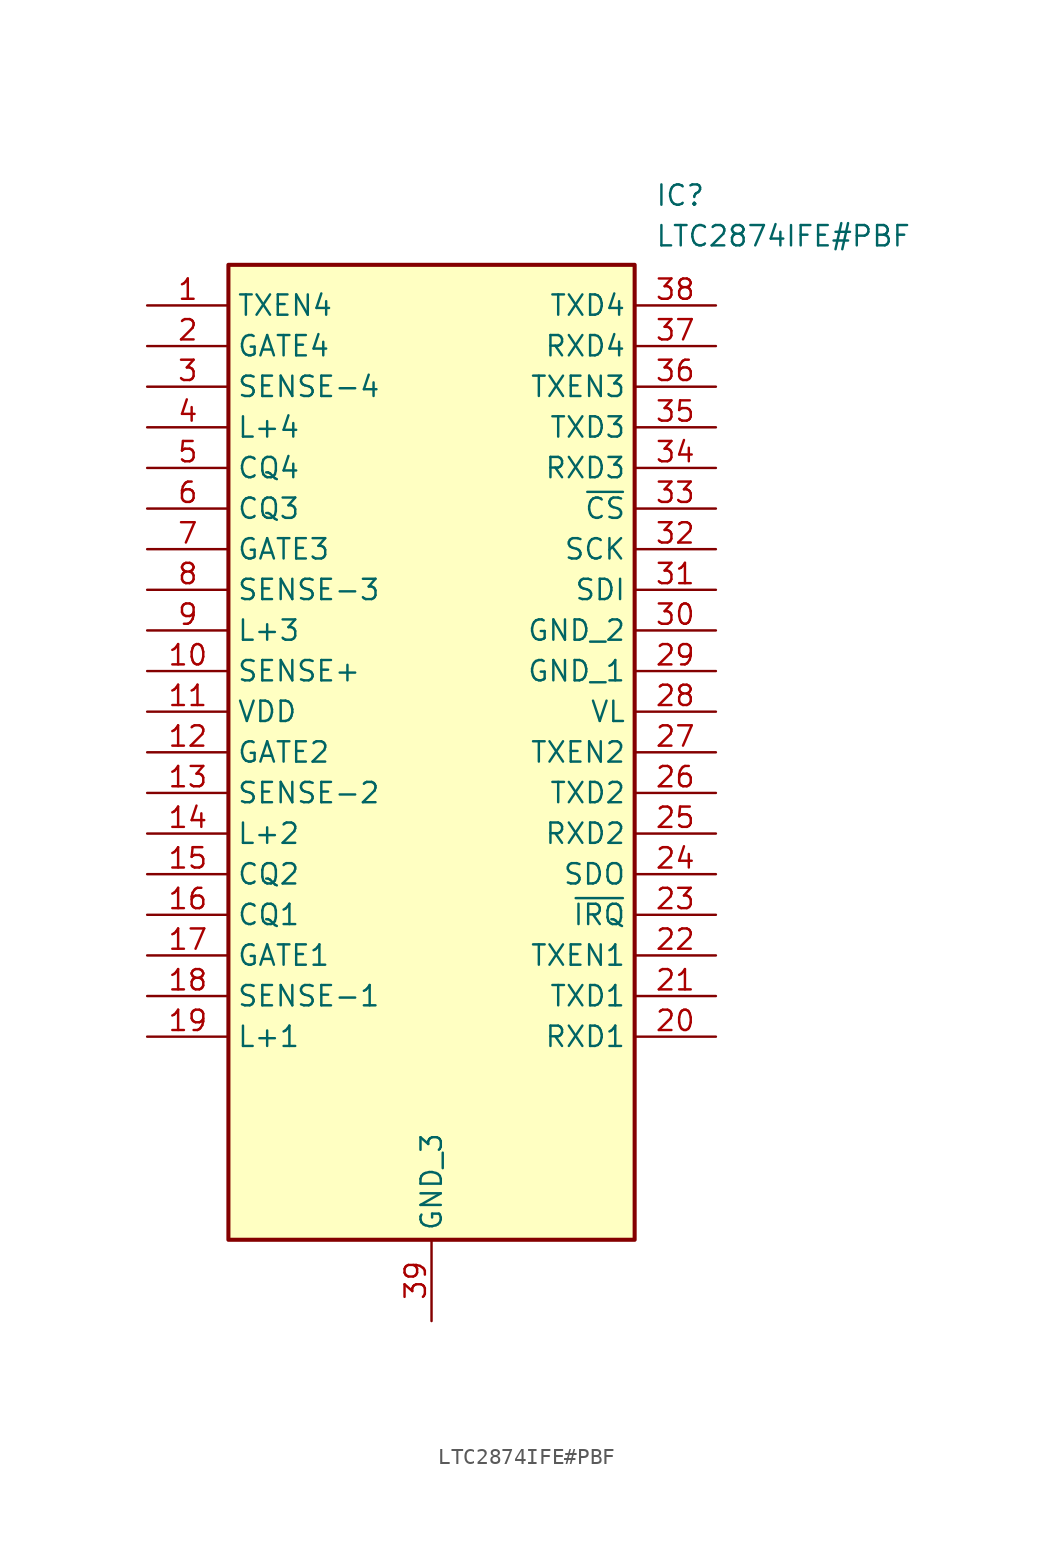
<source format=kicad_sym>
(kicad_symbol_lib
  (version 20211014)
  (generator SamacSys_ECAD_Model)
  (symbol "LTC2874IFE#PBF"
    (property "Reference" "IC"
      (at 31.75 7.62 0)
      (effects (font (size 1.27 1.27)) (justify left top)))
    (property "Value" "LTC2874IFE#PBF"
      (at 31.75 5.08 0)
      (effects (font (size 1.27 1.27)) (justify left top)))
    (rectangle
      (start 5.08 2.54)
      (end 30.48 -58.42)
      (stroke (width 0.254) (type default))
      (fill (type background)))
    (pin passive line
      (at 0 0 0)
      (length 5.08)
      (name "TXEN4" (effects (font (size 1.27 1.27))))
      (number "1" (effects (font (size 1.27 1.27)))))
    (pin passive line
      (at 0 -2.54 0)
      (length 5.08)
      (name "GATE4" (effects (font (size 1.27 1.27))))
      (number "2" (effects (font (size 1.27 1.27)))))
    (pin passive line
      (at 0 -5.08 0)
      (length 5.08)
      (name "SENSE-4" (effects (font (size 1.27 1.27))))
      (number "3" (effects (font (size 1.27 1.27)))))
    (pin passive line
      (at 0 -7.62 0)
      (length 5.08)
      (name "L+4" (effects (font (size 1.27 1.27))))
      (number "4" (effects (font (size 1.27 1.27)))))
    (pin passive line
      (at 0 -10.16 0)
      (length 5.08)
      (name "CQ4" (effects (font (size 1.27 1.27))))
      (number "5" (effects (font (size 1.27 1.27)))))
    (pin passive line
      (at 0 -12.7 0)
      (length 5.08)
      (name "CQ3" (effects (font (size 1.27 1.27))))
      (number "6" (effects (font (size 1.27 1.27)))))
    (pin passive line
      (at 0 -15.24 0)
      (length 5.08)
      (name "GATE3" (effects (font (size 1.27 1.27))))
      (number "7" (effects (font (size 1.27 1.27)))))
    (pin passive line
      (at 0 -17.78 0)
      (length 5.08)
      (name "SENSE-3" (effects (font (size 1.27 1.27))))
      (number "8" (effects (font (size 1.27 1.27)))))
    (pin passive line
      (at 0 -20.32 0)
      (length 5.08)
      (name "L+3" (effects (font (size 1.27 1.27))))
      (number "9" (effects (font (size 1.27 1.27)))))
    (pin passive line
      (at 0 -22.86 0)
      (length 5.08)
      (name "SENSE+" (effects (font (size 1.27 1.27))))
      (number "10" (effects (font (size 1.27 1.27)))))
    (pin passive line
      (at 0 -25.4 0)
      (length 5.08)
      (name "VDD" (effects (font (size 1.27 1.27))))
      (number "11" (effects (font (size 1.27 1.27)))))
    (pin passive line
      (at 0 -27.94 0)
      (length 5.08)
      (name "GATE2" (effects (font (size 1.27 1.27))))
      (number "12" (effects (font (size 1.27 1.27)))))
    (pin passive line
      (at 0 -30.48 0)
      (length 5.08)
      (name "SENSE-2" (effects (font (size 1.27 1.27))))
      (number "13" (effects (font (size 1.27 1.27)))))
    (pin passive line
      (at 0 -33.02 0)
      (length 5.08)
      (name "L+2" (effects (font (size 1.27 1.27))))
      (number "14" (effects (font (size 1.27 1.27)))))
    (pin passive line
      (at 0 -35.56 0)
      (length 5.08)
      (name "CQ2" (effects (font (size 1.27 1.27))))
      (number "15" (effects (font (size 1.27 1.27)))))
    (pin passive line
      (at 0 -38.1 0)
      (length 5.08)
      (name "CQ1" (effects (font (size 1.27 1.27))))
      (number "16" (effects (font (size 1.27 1.27)))))
    (pin passive line
      (at 0 -40.64 0)
      (length 5.08)
      (name "GATE1" (effects (font (size 1.27 1.27))))
      (number "17" (effects (font (size 1.27 1.27)))))
    (pin passive line
      (at 0 -43.18 0)
      (length 5.08)
      (name "SENSE-1" (effects (font (size 1.27 1.27))))
      (number "18" (effects (font (size 1.27 1.27)))))
    (pin passive line
      (at 0 -45.72 0)
      (length 5.08)
      (name "L+1" (effects (font (size 1.27 1.27))))
      (number "19" (effects (font (size 1.27 1.27)))))
    (pin passive line
      (at 17.78 -63.5 90)
      (length 5.08)
      (name "GND_3" (effects (font (size 1.27 1.27))))
      (number "39" (effects (font (size 1.27 1.27)))))
    (pin passive line
      (at 35.56 0 180)
      (length 5.08)
      (name "TXD4" (effects (font (size 1.27 1.27))))
      (number "38" (effects (font (size 1.27 1.27)))))
    (pin passive line
      (at 35.56 -2.54 180)
      (length 5.08)
      (name "RXD4" (effects (font (size 1.27 1.27))))
      (number "37" (effects (font (size 1.27 1.27)))))
    (pin passive line
      (at 35.56 -5.08 180)
      (length 5.08)
      (name "TXEN3" (effects (font (size 1.27 1.27))))
      (number "36" (effects (font (size 1.27 1.27)))))
    (pin passive line
      (at 35.56 -7.62 180)
      (length 5.08)
      (name "TXD3" (effects (font (size 1.27 1.27))))
      (number "35" (effects (font (size 1.27 1.27)))))
    (pin passive line
      (at 35.56 -10.16 180)
      (length 5.08)
      (name "RXD3" (effects (font (size 1.27 1.27))))
      (number "34" (effects (font (size 1.27 1.27)))))
    (pin passive line
      (at 35.56 -12.7 180)
      (length 5.08)
      (name "~{CS}" (effects (font (size 1.27 1.27))))
      (number "33" (effects (font (size 1.27 1.27)))))
    (pin passive line
      (at 35.56 -15.24 180)
      (length 5.08)
      (name "SCK" (effects (font (size 1.27 1.27))))
      (number "32" (effects (font (size 1.27 1.27)))))
    (pin passive line
      (at 35.56 -17.78 180)
      (length 5.08)
      (name "SDI" (effects (font (size 1.27 1.27))))
      (number "31" (effects (font (size 1.27 1.27)))))
    (pin passive line
      (at 35.56 -20.32 180)
      (length 5.08)
      (name "GND_2" (effects (font (size 1.27 1.27))))
      (number "30" (effects (font (size 1.27 1.27)))))
    (pin passive line
      (at 35.56 -22.86 180)
      (length 5.08)
      (name "GND_1" (effects (font (size 1.27 1.27))))
      (number "29" (effects (font (size 1.27 1.27)))))
    (pin passive line
      (at 35.56 -25.4 180)
      (length 5.08)
      (name "VL" (effects (font (size 1.27 1.27))))
      (number "28" (effects (font (size 1.27 1.27)))))
    (pin passive line
      (at 35.56 -27.94 180)
      (length 5.08)
      (name "TXEN2" (effects (font (size 1.27 1.27))))
      (number "27" (effects (font (size 1.27 1.27)))))
    (pin passive line
      (at 35.56 -30.48 180)
      (length 5.08)
      (name "TXD2" (effects (font (size 1.27 1.27))))
      (number "26" (effects (font (size 1.27 1.27)))))
    (pin passive line
      (at 35.56 -33.02 180)
      (length 5.08)
      (name "RXD2" (effects (font (size 1.27 1.27))))
      (number "25" (effects (font (size 1.27 1.27)))))
    (pin passive line
      (at 35.56 -35.56 180)
      (length 5.08)
      (name "SDO" (effects (font (size 1.27 1.27))))
      (number "24" (effects (font (size 1.27 1.27)))))
    (pin passive line
      (at 35.56 -38.1 180)
      (length 5.08)
      (name "~{IRQ}" (effects (font (size 1.27 1.27))))
      (number "23" (effects (font (size 1.27 1.27)))))
    (pin passive line
      (at 35.56 -40.64 180)
      (length 5.08)
      (name "TXEN1" (effects (font (size 1.27 1.27))))
      (number "22" (effects (font (size 1.27 1.27)))))
    (pin passive line
      (at 35.56 -43.18 180)
      (length 5.08)
      (name "TXD1" (effects (font (size 1.27 1.27))))
      (number "21" (effects (font (size 1.27 1.27)))))
    (pin passive line
      (at 35.56 -45.72 180)
      (length 5.08)
      (name "RXD1" (effects (font (size 1.27 1.27))))
      (number "20" (effects (font (size 1.27 1.27)))))))
</source>
